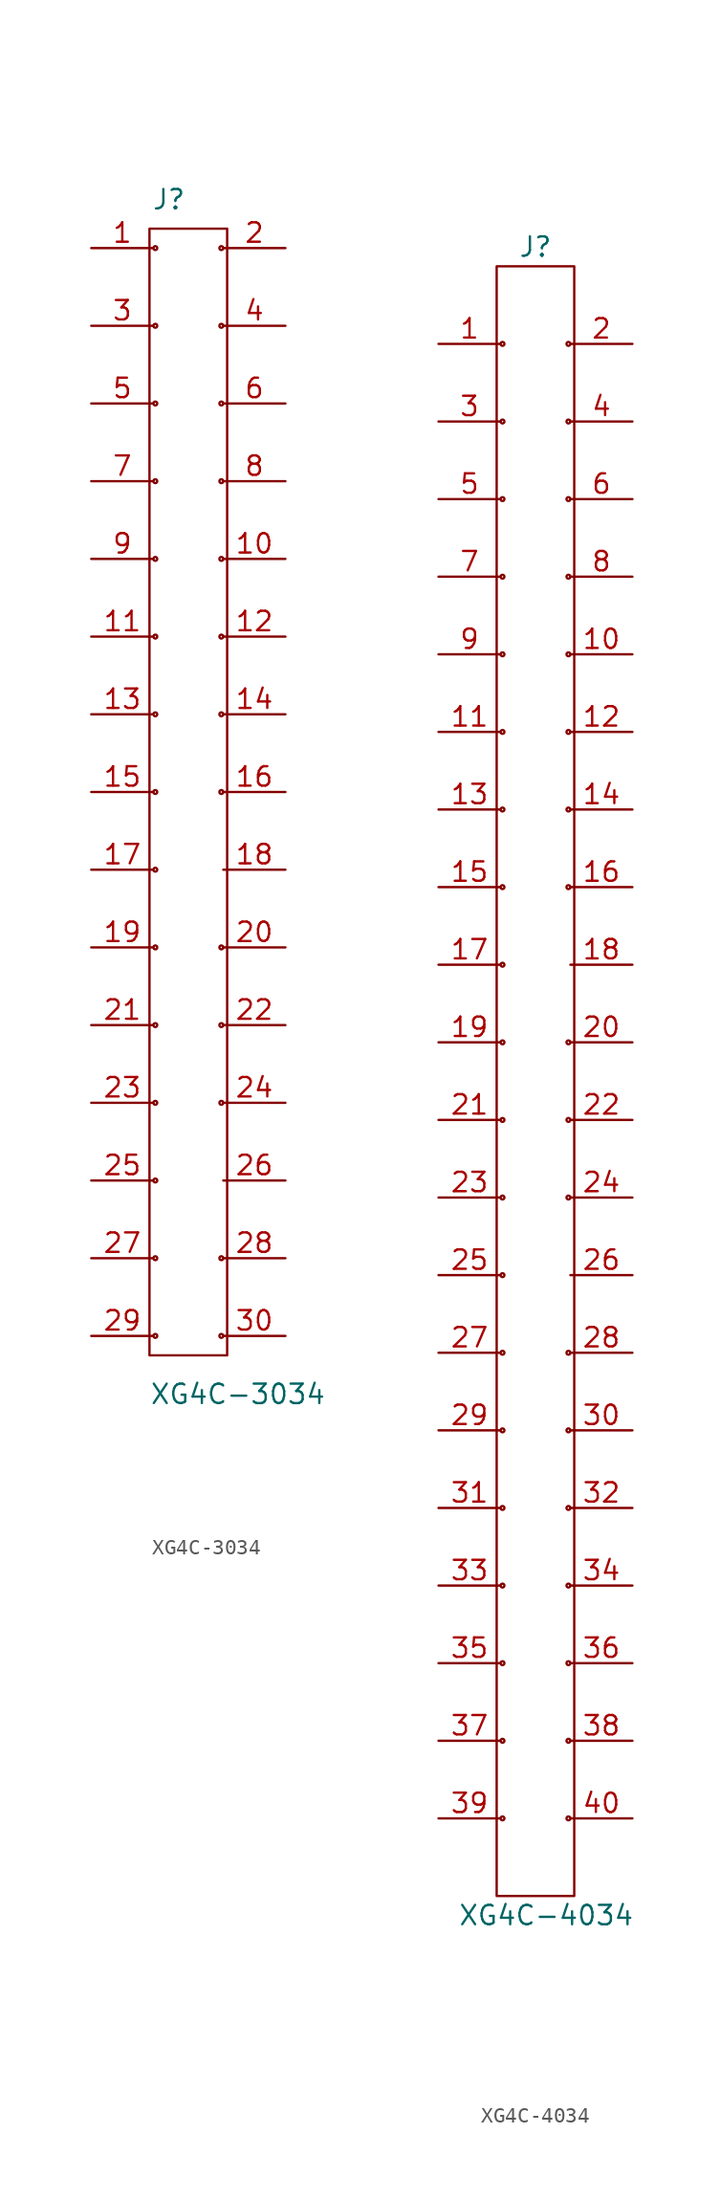
<source format=kicad_sym>
(kicad_symbol_lib
  (version 20220914)
  (generator kicad_symbol_editor)
  (symbol "XG4C-3034"
    (pin_names hide)
    (property "Reference" "J"
      (at -1.27 74.295 0)
      (effects (font (size 1.27 1.27))))
    (property "Value" "XG4C-3034"
      (at -2.54 -3.81 0)
      (effects (font (size 1.27 1.27)) (justify left)))
    (symbol "XG4C-3034_0_1"
      (rectangle (start -2.54 72.39) (end 2.54 -1.27) (stroke (width 0) (type default)) (fill (type none)))
      (circle (center -2.159 0) (radius 0.127) (stroke (width 0) (type default)) (fill (type none)))
      (circle (center -2.159 5.08) (radius 0.127) (stroke (width 0) (type default)) (fill (type none)))
      (circle (center -2.159 10.16) (radius 0.127) (stroke (width 0) (type default)) (fill (type none)))
      (circle (center -2.159 15.24) (radius 0.127) (stroke (width 0) (type default)) (fill (type none)))
      (circle (center -2.159 20.32) (radius 0.127) (stroke (width 0) (type default)) (fill (type none)))
      (circle (center -2.159 25.4) (radius 0.127) (stroke (width 0) (type default)) (fill (type none)))
      (circle (center -2.159 30.48) (radius 0.127) (stroke (width 0) (type default)) (fill (type none)))
      (circle (center -2.159 35.56) (radius 0.127) (stroke (width 0) (type default)) (fill (type none)))
      (circle (center -2.159 40.64) (radius 0.127) (stroke (width 0) (type default)) (fill (type none)))
      (circle (center -2.159 45.72) (radius 0.127) (stroke (width 0) (type default)) (fill (type none)))
      (circle (center -2.159 50.8) (radius 0.127) (stroke (width 0) (type default)) (fill (type none)))
      (circle (center -2.159 55.88) (radius 0.127) (stroke (width 0) (type default)) (fill (type none)))
      (circle (center -2.159 60.96) (radius 0.127) (stroke (width 0) (type default)) (fill (type none)))
      (circle (center -2.159 66.04) (radius 0.127) (stroke (width 0) (type default)) (fill (type none)))
      (circle (center -2.159 71.12) (radius 0.127) (stroke (width 0) (type default)) (fill (type none)))
      (circle (center 2.159 0) (radius 0.127) (stroke (width 0) (type default)) (fill (type none)))
      (circle (center 2.159 5.08) (radius 0.127) (stroke (width 0) (type default)) (fill (type none)))
      (circle (center 2.159 15.24) (radius 0.127) (stroke (width 0) (type default)) (fill (type none)))
      (circle (center 2.159 20.32) (radius 0.127) (stroke (width 0) (type default)) (fill (type none)))
      (circle (center 2.159 25.4) (radius 0.127) (stroke (width 0) (type default)) (fill (type none)))
      (circle (center 2.159 35.56) (radius 0.127) (stroke (width 0) (type default)) (fill (type none)))
      (circle (center 2.159 40.64) (radius 0.127) (stroke (width 0) (type default)) (fill (type none)))
      (circle (center 2.159 45.72) (radius 0.127) (stroke (width 0) (type default)) (fill (type none)))
      (circle (center 2.159 50.8) (radius 0.127) (stroke (width 0) (type default)) (fill (type none)))
      (circle (center 2.159 55.88) (radius 0.127) (stroke (width 0) (type default)) (fill (type none)))
      (circle (center 2.159 60.96) (radius 0.127) (stroke (width 0) (type default)) (fill (type none)))
      (circle (center 2.159 66.04) (radius 0.127) (stroke (width 0) (type default)) (fill (type none)))
      (circle (center 2.159 71.12) (radius 0.127) (stroke (width 0) (type default)) (fill (type none))))
    (symbol "XG4C-3034_1_1"
      (pin passive line (at -6.35 71.12 0) (length 4.064) (name "Pin_1" (effects (font (size 1.27 1.27)))) (number "1" (effects (font (size 1.27 1.27)))))
      (pin passive line (at 6.35 50.8 180) (length 4.064) (name "Pin_10" (effects (font (size 1.27 1.27)))) (number "10" (effects (font (size 1.27 1.27)))))
      (pin passive line (at -6.35 45.72 0) (length 4.064) (name "Pin_11" (effects (font (size 1.27 1.27)))) (number "11" (effects (font (size 1.27 1.27)))))
      (pin passive line (at 6.35 45.72 180) (length 4.064) (name "Pin_12" (effects (font (size 1.27 1.27)))) (number "12" (effects (font (size 1.27 1.27)))))
      (pin passive line (at -6.35 40.64 0) (length 4.064) (name "Pin_13" (effects (font (size 1.27 1.27)))) (number "13" (effects (font (size 1.27 1.27)))))
      (pin passive line (at 6.35 40.64 180) (length 4.064) (name "Pin_14" (effects (font (size 1.27 1.27)))) (number "14" (effects (font (size 1.27 1.27)))))
      (pin passive line (at -6.35 35.56 0) (length 4.064) (name "Pin_15" (effects (font (size 1.27 1.27)))) (number "15" (effects (font (size 1.27 1.27)))))
      (pin passive line (at 6.35 35.56 180) (length 4.064) (name "Pin_16" (effects (font (size 1.27 1.27)))) (number "16" (effects (font (size 1.27 1.27)))))
      (pin passive line (at -6.35 30.48 0) (length 4.064) (name "Pin_17" (effects (font (size 1.27 1.27)))) (number "17" (effects (font (size 1.27 1.27)))))
      (pin passive line (at 6.35 30.48 180) (length 4.064) (name "Pin_18" (effects (font (size 1.27 1.27)))) (number "18" (effects (font (size 1.27 1.27)))))
      (pin passive line (at -6.35 25.4 0) (length 4.064) (name "Pin_19" (effects (font (size 1.27 1.27)))) (number "19" (effects (font (size 1.27 1.27)))))
      (pin passive line (at 6.35 71.12 180) (length 4.064) (name "Pin_2" (effects (font (size 1.27 1.27)))) (number "2" (effects (font (size 1.27 1.27)))))
      (pin passive line (at 6.35 25.4 180) (length 4.064) (name "Pin_20" (effects (font (size 1.27 1.27)))) (number "20" (effects (font (size 1.27 1.27)))))
      (pin passive line (at -6.35 20.32 0) (length 4.064) (name "Pin_21" (effects (font (size 1.27 1.27)))) (number "21" (effects (font (size 1.27 1.27)))))
      (pin passive line (at 6.35 20.32 180) (length 4.064) (name "Pin_22" (effects (font (size 1.27 1.27)))) (number "22" (effects (font (size 1.27 1.27)))))
      (pin passive line (at -6.35 15.24 0) (length 4.064) (name "Pin_23" (effects (font (size 1.27 1.27)))) (number "23" (effects (font (size 1.27 1.27)))))
      (pin passive line (at 6.35 15.24 180) (length 4.064) (name "Pin_24" (effects (font (size 1.27 1.27)))) (number "24" (effects (font (size 1.27 1.27)))))
      (pin passive line (at -6.35 10.16 0) (length 4.064) (name "Pin_25" (effects (font (size 1.27 1.27)))) (number "25" (effects (font (size 1.27 1.27)))))
      (pin passive line (at 6.35 10.16 180) (length 4.064) (name "Pin_26" (effects (font (size 1.27 1.27)))) (number "26" (effects (font (size 1.27 1.27)))))
      (pin passive line (at -6.35 5.08 0) (length 4.064) (name "Pin_27" (effects (font (size 1.27 1.27)))) (number "27" (effects (font (size 1.27 1.27)))))
      (pin passive line (at 6.35 5.08 180) (length 4.064) (name "Pin_28" (effects (font (size 1.27 1.27)))) (number "28" (effects (font (size 1.27 1.27)))))
      (pin passive line (at -6.35 0 0) (length 4.064) (name "Pin_29" (effects (font (size 1.27 1.27)))) (number "29" (effects (font (size 1.27 1.27)))))
      (pin passive line (at -6.35 66.04 0) (length 4.064) (name "Pin_3" (effects (font (size 1.27 1.27)))) (number "3" (effects (font (size 1.27 1.27)))))
      (pin passive line (at 6.35 0 180) (length 4.064) (name "Pin_30" (effects (font (size 1.27 1.27)))) (number "30" (effects (font (size 1.27 1.27)))))
      (pin passive line (at 6.35 66.04 180) (length 4.064) (name "Pin_4" (effects (font (size 1.27 1.27)))) (number "4" (effects (font (size 1.27 1.27)))))
      (pin passive line (at -6.35 60.96 0) (length 4.064) (name "Pin_5" (effects (font (size 1.27 1.27)))) (number "5" (effects (font (size 1.27 1.27)))))
      (pin passive line (at 6.35 60.96 180) (length 4.064) (name "Pin_6" (effects (font (size 1.27 1.27)))) (number "6" (effects (font (size 1.27 1.27)))))
      (pin passive line (at -6.35 55.88 0) (length 4.064) (name "Pin_7" (effects (font (size 1.27 1.27)))) (number "7" (effects (font (size 1.27 1.27)))))
      (pin passive line (at 6.35 55.88 180) (length 4.064) (name "Pin_8" (effects (font (size 1.27 1.27)))) (number "8" (effects (font (size 1.27 1.27)))))
      (pin passive line (at -6.35 50.8 0) (length 4.064) (name "Pin_9" (effects (font (size 1.27 1.27)))) (number "9" (effects (font (size 1.27 1.27)))))))
  (symbol "XG4C-4034"
    (pin_names hide)
    (property "Reference" "J"
      (at 0 102.87 0)
      (effects (font (size 1.27 1.27))))
    (property "Value" "XG4C-4034"
      (at -5.08 -6.35 0)
      (effects (font (size 1.27 1.27)) (justify left)))
    (symbol "XG4C-4034_0_1"
      (rectangle (start -2.54 101.6) (end 2.54 -5.08) (stroke (width 0) (type default)) (fill (type none)))
      (circle (center -2.159 0) (radius 0.127) (stroke (width 0) (type default)) (fill (type none)))
      (circle (center -2.159 5.08) (radius 0.127) (stroke (width 0) (type default)) (fill (type none)))
      (circle (center -2.159 10.16) (radius 0.127) (stroke (width 0) (type default)) (fill (type none)))
      (circle (center -2.159 15.24) (radius 0.127) (stroke (width 0) (type default)) (fill (type none)))
      (circle (center -2.159 20.32) (radius 0.127) (stroke (width 0) (type default)) (fill (type none)))
      (circle (center -2.159 25.4) (radius 0.127) (stroke (width 0) (type default)) (fill (type none)))
      (circle (center -2.159 30.48) (radius 0.127) (stroke (width 0) (type default)) (fill (type none)))
      (circle (center -2.159 35.56) (radius 0.127) (stroke (width 0) (type default)) (fill (type none)))
      (circle (center -2.159 40.64) (radius 0.127) (stroke (width 0) (type default)) (fill (type none)))
      (circle (center -2.159 45.72) (radius 0.127) (stroke (width 0) (type default)) (fill (type none)))
      (circle (center -2.159 50.8) (radius 0.127) (stroke (width 0) (type default)) (fill (type none)))
      (circle (center -2.159 55.88) (radius 0.127) (stroke (width 0) (type default)) (fill (type none)))
      (circle (center -2.159 60.96) (radius 0.127) (stroke (width 0) (type default)) (fill (type none)))
      (circle (center -2.159 66.04) (radius 0.127) (stroke (width 0) (type default)) (fill (type none)))
      (circle (center -2.159 71.12) (radius 0.127) (stroke (width 0) (type default)) (fill (type none)))
      (circle (center -2.159 76.2) (radius 0.127) (stroke (width 0) (type default)) (fill (type none)))
      (circle (center -2.159 81.28) (radius 0.127) (stroke (width 0) (type default)) (fill (type none)))
      (circle (center -2.159 86.36) (radius 0.127) (stroke (width 0) (type default)) (fill (type none)))
      (circle (center -2.159 91.44) (radius 0.127) (stroke (width 0) (type default)) (fill (type none)))
      (circle (center -2.159 96.52) (radius 0.127) (stroke (width 0) (type default)) (fill (type none)))
      (circle (center 2.159 0) (radius 0.127) (stroke (width 0) (type default)) (fill (type none)))
      (circle (center 2.159 5.08) (radius 0.127) (stroke (width 0) (type default)) (fill (type none)))
      (circle (center 2.159 10.16) (radius 0.127) (stroke (width 0) (type default)) (fill (type none)))
      (circle (center 2.159 15.24) (radius 0.127) (stroke (width 0) (type default)) (fill (type none)))
      (circle (center 2.159 20.32) (radius 0.127) (stroke (width 0) (type default)) (fill (type none)))
      (circle (center 2.159 25.4) (radius 0.127) (stroke (width 0) (type default)) (fill (type none)))
      (circle (center 2.159 30.48) (radius 0.127) (stroke (width 0) (type default)) (fill (type none)))
      (circle (center 2.159 40.64) (radius 0.127) (stroke (width 0) (type default)) (fill (type none)))
      (circle (center 2.159 45.72) (radius 0.127) (stroke (width 0) (type default)) (fill (type none)))
      (circle (center 2.159 50.8) (radius 0.127) (stroke (width 0) (type default)) (fill (type none)))
      (circle (center 2.159 60.96) (radius 0.127) (stroke (width 0) (type default)) (fill (type none)))
      (circle (center 2.159 66.04) (radius 0.127) (stroke (width 0) (type default)) (fill (type none)))
      (circle (center 2.159 71.12) (radius 0.127) (stroke (width 0) (type default)) (fill (type none)))
      (circle (center 2.159 76.2) (radius 0.127) (stroke (width 0) (type default)) (fill (type none)))
      (circle (center 2.159 81.28) (radius 0.127) (stroke (width 0) (type default)) (fill (type none)))
      (circle (center 2.159 86.36) (radius 0.127) (stroke (width 0) (type default)) (fill (type none)))
      (circle (center 2.159 91.44) (radius 0.127) (stroke (width 0) (type default)) (fill (type none)))
      (circle (center 2.159 96.52) (radius 0.127) (stroke (width 0) (type default)) (fill (type none))))
    (symbol "XG4C-4034_1_1"
      (pin passive line (at -6.35 96.52 0) (length 4.064) (name "Pin_1" (effects (font (size 1.27 1.27)))) (number "1" (effects (font (size 1.27 1.27)))))
      (pin passive line (at 6.35 76.2 180) (length 4.064) (name "Pin_10" (effects (font (size 1.27 1.27)))) (number "10" (effects (font (size 1.27 1.27)))))
      (pin passive line (at -6.35 71.12 0) (length 4.064) (name "Pin_11" (effects (font (size 1.27 1.27)))) (number "11" (effects (font (size 1.27 1.27)))))
      (pin passive line (at 6.35 71.12 180) (length 4.064) (name "Pin_12" (effects (font (size 1.27 1.27)))) (number "12" (effects (font (size 1.27 1.27)))))
      (pin passive line (at -6.35 66.04 0) (length 4.064) (name "Pin_13" (effects (font (size 1.27 1.27)))) (number "13" (effects (font (size 1.27 1.27)))))
      (pin passive line (at 6.35 66.04 180) (length 4.064) (name "Pin_14" (effects (font (size 1.27 1.27)))) (number "14" (effects (font (size 1.27 1.27)))))
      (pin passive line (at -6.35 60.96 0) (length 4.064) (name "Pin_15" (effects (font (size 1.27 1.27)))) (number "15" (effects (font (size 1.27 1.27)))))
      (pin passive line (at 6.35 60.96 180) (length 4.064) (name "Pin_16" (effects (font (size 1.27 1.27)))) (number "16" (effects (font (size 1.27 1.27)))))
      (pin passive line (at -6.35 55.88 0) (length 4.064) (name "Pin_17" (effects (font (size 1.27 1.27)))) (number "17" (effects (font (size 1.27 1.27)))))
      (pin passive line (at 6.35 55.88 180) (length 4.064) (name "Pin_18" (effects (font (size 1.27 1.27)))) (number "18" (effects (font (size 1.27 1.27)))))
      (pin passive line (at -6.35 50.8 0) (length 4.064) (name "Pin_19" (effects (font (size 1.27 1.27)))) (number "19" (effects (font (size 1.27 1.27)))))
      (pin passive line (at 6.35 96.52 180) (length 4.064) (name "Pin_2" (effects (font (size 1.27 1.27)))) (number "2" (effects (font (size 1.27 1.27)))))
      (pin passive line (at 6.35 50.8 180) (length 4.064) (name "Pin_20" (effects (font (size 1.27 1.27)))) (number "20" (effects (font (size 1.27 1.27)))))
      (pin passive line (at -6.35 45.72 0) (length 4.064) (name "Pin_21" (effects (font (size 1.27 1.27)))) (number "21" (effects (font (size 1.27 1.27)))))
      (pin passive line (at 6.35 45.72 180) (length 4.064) (name "Pin_22" (effects (font (size 1.27 1.27)))) (number "22" (effects (font (size 1.27 1.27)))))
      (pin passive line (at -6.35 40.64 0) (length 4.064) (name "Pin_23" (effects (font (size 1.27 1.27)))) (number "23" (effects (font (size 1.27 1.27)))))
      (pin passive line (at 6.35 40.64 180) (length 4.064) (name "Pin_24" (effects (font (size 1.27 1.27)))) (number "24" (effects (font (size 1.27 1.27)))))
      (pin passive line (at -6.35 35.56 0) (length 4.064) (name "Pin_25" (effects (font (size 1.27 1.27)))) (number "25" (effects (font (size 1.27 1.27)))))
      (pin passive line (at 6.35 35.56 180) (length 4.064) (name "Pin_26" (effects (font (size 1.27 1.27)))) (number "26" (effects (font (size 1.27 1.27)))))
      (pin passive line (at -6.35 30.48 0) (length 4.064) (name "Pin_27" (effects (font (size 1.27 1.27)))) (number "27" (effects (font (size 1.27 1.27)))))
      (pin passive line (at 6.35 30.48 180) (length 4.064) (name "Pin_28" (effects (font (size 1.27 1.27)))) (number "28" (effects (font (size 1.27 1.27)))))
      (pin passive line (at -6.35 25.4 0) (length 4.064) (name "Pin_29" (effects (font (size 1.27 1.27)))) (number "29" (effects (font (size 1.27 1.27)))))
      (pin passive line (at -6.35 91.44 0) (length 4.064) (name "Pin_3" (effects (font (size 1.27 1.27)))) (number "3" (effects (font (size 1.27 1.27)))))
      (pin passive line (at 6.35 25.4 180) (length 4.064) (name "Pin_30" (effects (font (size 1.27 1.27)))) (number "30" (effects (font (size 1.27 1.27)))))
      (pin passive line (at -6.35 20.32 0) (length 4.064) (name "Pin_31" (effects (font (size 1.27 1.27)))) (number "31" (effects (font (size 1.27 1.27)))))
      (pin passive line (at 6.35 20.32 180) (length 4.064) (name "Pin_32" (effects (font (size 1.27 1.27)))) (number "32" (effects (font (size 1.27 1.27)))))
      (pin passive line (at -6.35 15.24 0) (length 4.064) (name "Pin_33" (effects (font (size 1.27 1.27)))) (number "33" (effects (font (size 1.27 1.27)))))
      (pin passive line (at 6.35 15.24 180) (length 4.064) (name "Pin_34" (effects (font (size 1.27 1.27)))) (number "34" (effects (font (size 1.27 1.27)))))
      (pin passive line (at -6.35 10.16 0) (length 4.064) (name "Pin_35" (effects (font (size 1.27 1.27)))) (number "35" (effects (font (size 1.27 1.27)))))
      (pin passive line (at 6.35 10.16 180) (length 4.064) (name "Pin_36" (effects (font (size 1.27 1.27)))) (number "36" (effects (font (size 1.27 1.27)))))
      (pin passive line (at -6.35 5.08 0) (length 4.064) (name "Pin_37" (effects (font (size 1.27 1.27)))) (number "37" (effects (font (size 1.27 1.27)))))
      (pin passive line (at 6.35 5.08 180) (length 4.064) (name "Pin_38" (effects (font (size 1.27 1.27)))) (number "38" (effects (font (size 1.27 1.27)))))
      (pin passive line (at -6.35 0 0) (length 4.064) (name "Pin_39" (effects (font (size 1.27 1.27)))) (number "39" (effects (font (size 1.27 1.27)))))
      (pin passive line (at 6.35 91.44 180) (length 4.064) (name "Pin_4" (effects (font (size 1.27 1.27)))) (number "4" (effects (font (size 1.27 1.27)))))
      (pin passive line (at 6.35 0 180) (length 4.064) (name "Pin_40" (effects (font (size 1.27 1.27)))) (number "40" (effects (font (size 1.27 1.27)))))
      (pin passive line (at -6.35 86.36 0) (length 4.064) (name "Pin_5" (effects (font (size 1.27 1.27)))) (number "5" (effects (font (size 1.27 1.27)))))
      (pin passive line (at 6.35 86.36 180) (length 4.064) (name "Pin_6" (effects (font (size 1.27 1.27)))) (number "6" (effects (font (size 1.27 1.27)))))
      (pin passive line (at -6.35 81.28 0) (length 4.064) (name "Pin_7" (effects (font (size 1.27 1.27)))) (number "7" (effects (font (size 1.27 1.27)))))
      (pin passive line (at 6.35 81.28 180) (length 4.064) (name "Pin_8" (effects (font (size 1.27 1.27)))) (number "8" (effects (font (size 1.27 1.27)))))
      (pin passive line (at -6.35 76.2 0) (length 4.064) (name "Pin_9" (effects (font (size 1.27 1.27)))) (number "9" (effects (font (size 1.27 1.27))))))))
</source>
